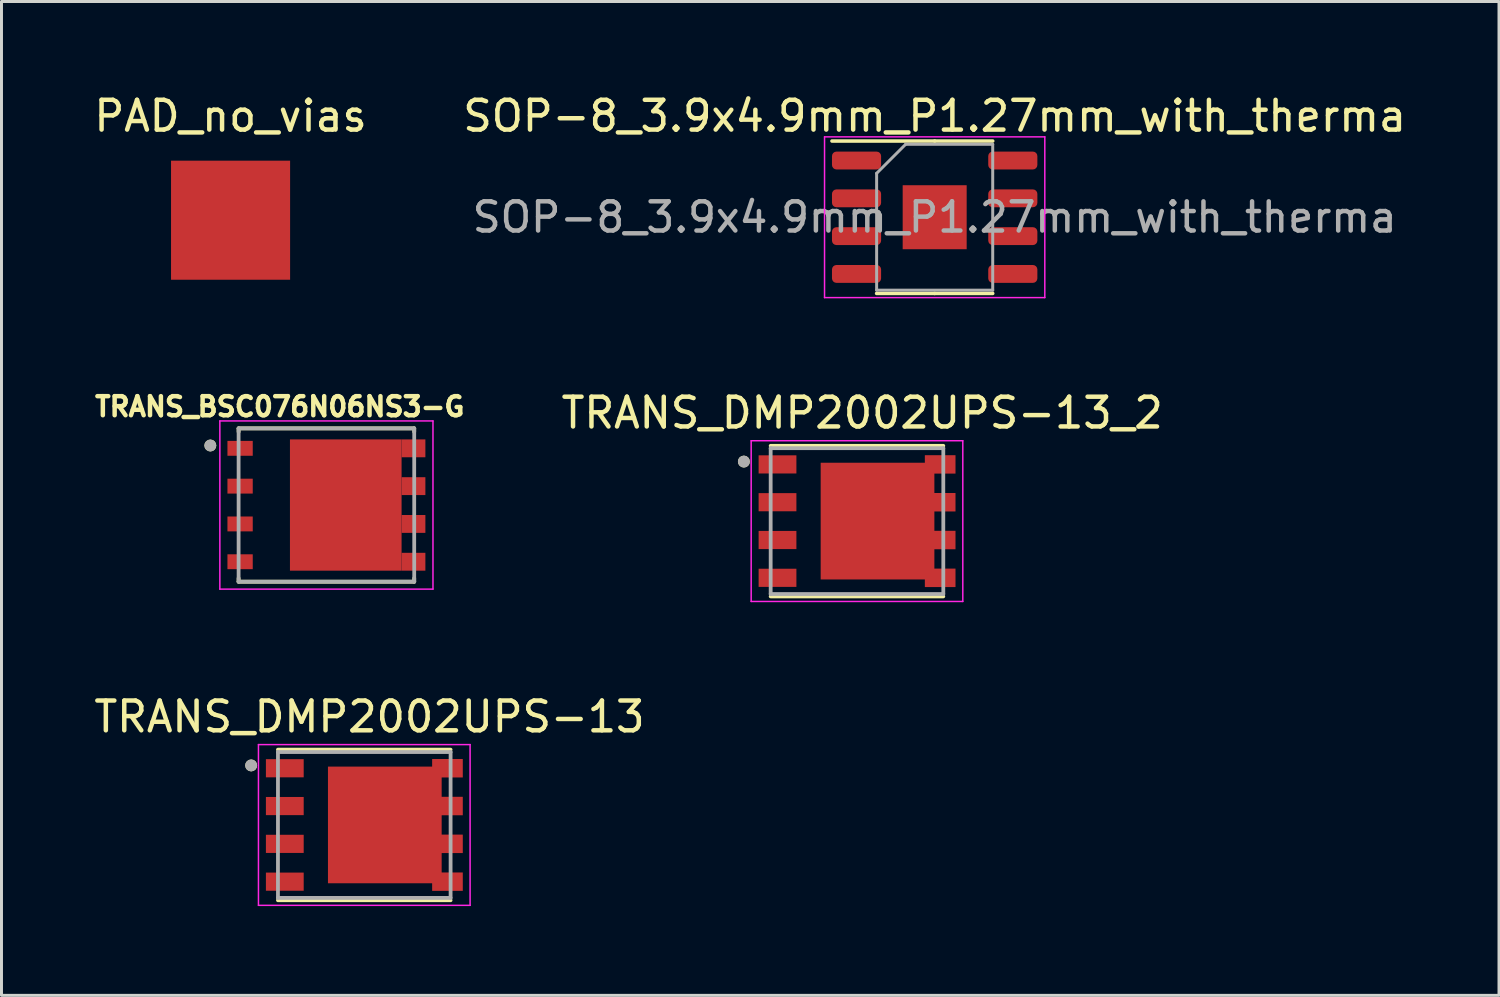
<source format=kicad_pcb>
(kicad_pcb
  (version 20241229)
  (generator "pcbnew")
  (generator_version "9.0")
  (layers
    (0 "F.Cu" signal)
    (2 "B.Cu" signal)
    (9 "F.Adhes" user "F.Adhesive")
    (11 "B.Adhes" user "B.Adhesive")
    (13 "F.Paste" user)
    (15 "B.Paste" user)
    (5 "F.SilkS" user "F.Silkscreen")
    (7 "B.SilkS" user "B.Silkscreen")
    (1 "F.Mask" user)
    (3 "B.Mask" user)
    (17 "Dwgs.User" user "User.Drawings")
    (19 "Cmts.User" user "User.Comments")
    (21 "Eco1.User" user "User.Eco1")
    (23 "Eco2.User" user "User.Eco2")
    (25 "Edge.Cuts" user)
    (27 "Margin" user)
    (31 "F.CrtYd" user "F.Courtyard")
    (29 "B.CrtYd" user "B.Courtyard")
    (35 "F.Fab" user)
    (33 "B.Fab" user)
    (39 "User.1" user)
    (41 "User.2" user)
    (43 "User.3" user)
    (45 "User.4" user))
  (footprint "TRANS_DMP2002UPS-13_2"
    (layer "F.Cu")
    (at 25.741 14.457)
    (property "Reference" "TRANS_DMP2002UPS-13_2" (at 0.175 -3.635 0) (layer "F.SilkS") (effects (font (size 1 1) (thickness 0.15))))
    (attr through_hole)
    (fp_poly (pts (xy -1.315 2.055) (xy -1.315 -2.055) (xy 2.185 -2.055) (xy 2.185 -2.31) (xy 3.405 -2.31) (xy 3.405 -1.5) (xy 2.695 -1.5) (xy 2.695 -1.04) (xy 3.405 -1.04) (xy 3.405 -0.23) (xy 2.695 -0.23) (xy 2.695 0.23) (xy 3.405 0.23) (xy 3.405 1.04) (xy 2.695 1.04) (xy 2.695 1.5) (xy 3.405 1.5) (xy 3.405 2.31) (xy 2.185 2.31) (xy 2.185 2.055)) (stroke (width 0.01) (type solid)) (fill yes) (layer "F.Mask"))
    (fp_line (start -2.9 2.53) (end 2.9 2.53) (stroke (width 0.127) (type solid)) (layer "F.SilkS"))
    (fp_line (start 2.9 -2.53) (end -2.9 -2.53) (stroke (width 0.127) (type solid)) (layer "F.SilkS"))
    (fp_circle (center -3.8 -2) (end -3.7 -2) (stroke (width 0.2) (type solid)) (fill no) (layer "F.SilkS"))
    (fp_poly (pts (xy -0.57 -1.235) (xy 1.64 -1.235) (xy 1.64 1.235) (xy -0.57 1.235)) (stroke (width 0.01) (type solid)) (fill yes) (layer "F.Paste"))
    (fp_poly (pts (xy 2.6 -2.21) (xy 3.305 -2.21) (xy 3.305 -1.6) (xy 2.6 -1.6)) (stroke (width 0.01) (type solid)) (fill yes) (layer "F.Paste"))
    (fp_poly (pts (xy 2.6 -0.94) (xy 3.305 -0.94) (xy 3.305 -0.33) (xy 2.6 -0.33)) (stroke (width 0.01) (type solid)) (fill yes) (layer "F.Paste"))
    (fp_poly (pts (xy 2.6 0.33) (xy 3.305 0.33) (xy 3.305 0.94) (xy 2.6 0.94)) (stroke (width 0.01) (type solid)) (fill yes) (layer "F.Paste"))
    (fp_poly (pts (xy 2.6 1.6) (xy 3.305 1.6) (xy 3.305 2.21) (xy 2.6 2.21)) (stroke (width 0.01) (type solid)) (fill yes) (layer "F.Paste"))
    (fp_line (start -3.555 -2.7) (end 3.555 -2.7) (stroke (width 0.05) (type solid)) (layer "F.CrtYd"))
    (fp_line (start -3.555 2.7) (end -3.555 -2.7) (stroke (width 0.05) (type solid)) (layer "F.CrtYd"))
    (fp_line (start 3.555 -2.7) (end 3.555 2.7) (stroke (width 0.05) (type solid)) (layer "F.CrtYd"))
    (fp_line (start 3.555 2.7) (end -3.555 2.7) (stroke (width 0.05) (type solid)) (layer "F.CrtYd"))
    (fp_line (start -2.9 -2.45) (end -2.9 2.45) (stroke (width 0.127) (type solid)) (layer "F.Fab"))
    (fp_line (start -2.9 2.45) (end 2.9 2.45) (stroke (width 0.127) (type solid)) (layer "F.Fab"))
    (fp_line (start 2.9 -2.45) (end -2.9 -2.45) (stroke (width 0.127) (type solid)) (layer "F.Fab"))
    (fp_line (start 2.9 2.45) (end 2.9 -2.45) (stroke (width 0.127) (type solid)) (layer "F.Fab"))
    (fp_circle (center -3.8 -2) (end -3.7 -2) (stroke (width 0.2) (type solid)) (fill no) (layer "F.Fab"))
    (pad "1" smd rect (at -2.67 -1.905) (size 1.27 0.61) (layers "F.Cu" "F.Mask" "F.Paste"))
    (pad "2" smd rect (at -2.67 -0.635) (size 1.27 0.61) (layers "F.Cu" "F.Mask" "F.Paste"))
    (pad "3" smd rect (at -2.67 0.635) (size 1.27 0.61) (layers "F.Cu" "F.Mask" "F.Paste"))
    (pad "3" smd custom (at 0.535 0) (size 0.5 0.5) (layers "F.Cu") (options (anchor rect)) (primitives (gr_poly (pts (xy -1.75 1.955) (xy -1.75 -1.955) (xy 1.75 -1.955) (xy 1.75 -2.21) (xy 2.77 -2.21) (xy 2.77 -1.6) (xy 2.06 -1.6) (xy 2.06 -0.94) (xy 2.77 -0.94) (xy 2.77 -0.33) (xy 2.06 -0.33) (xy 2.06 0.33) (xy 2.77 0.33) (xy 2.77 0.94) (xy 2.06 0.94) (xy 2.06 1.6) (xy 2.77 1.6) (xy 2.77 2.21) (xy 1.75 2.21) (xy 1.75 1.955)) (width 0.01) (fill yes))))
    (pad "4" smd rect (at -2.67 1.905) (size 1.27 0.61) (layers "F.Cu" "F.Mask" "F.Paste")))
  (footprint "PAD_no_vias"
    (layer "F.Cu")
    (at 4.696 1.348)
    (property "Reference" "PAD_no_vias" (at 0 -0.5 0) (unlocked yes) (layer "F.SilkS") (effects (font (size 1 1) (thickness 0.15))))
    (attr smd)
    (pad "1" smd rect (at 0 3) (size 4 4) (layers "F.Cu" "F.Mask")))
  (footprint "SOP-8_3.9x4.9mm_P1.27mm_with_therma"
    (layer "F.Cu")
    (at 28.351 4.248)
    (property "Reference" "SOP-8_3.9x4.9mm_P1.27mm_with_therma" (at 0 -3.4 0) (layer "F.SilkS") (effects (font (size 1 1) (thickness 0.15))))
    (attr smd)
    (fp_line (start 0 -2.56) (end -3.45 -2.56) (stroke (width 0.12) (type solid)) (layer "F.SilkS"))
    (fp_line (start 0 -2.56) (end 1.95 -2.56) (stroke (width 0.12) (type solid)) (layer "F.SilkS"))
    (fp_line (start 0 2.56) (end -1.95 2.56) (stroke (width 0.12) (type solid)) (layer "F.SilkS"))
    (fp_line (start 0 2.56) (end 1.95 2.56) (stroke (width 0.12) (type solid)) (layer "F.SilkS"))
    (fp_line (start -3.7 -2.7) (end -3.7 2.7) (stroke (width 0.05) (type solid)) (layer "F.CrtYd"))
    (fp_line (start -3.7 2.7) (end 3.7 2.7) (stroke (width 0.05) (type solid)) (layer "F.CrtYd"))
    (fp_line (start 3.7 -2.7) (end -3.7 -2.7) (stroke (width 0.05) (type solid)) (layer "F.CrtYd"))
    (fp_line (start 3.7 2.7) (end 3.7 -2.7) (stroke (width 0.05) (type solid)) (layer "F.CrtYd"))
    (fp_line (start -1.95 -1.475) (end -0.975 -2.45) (stroke (width 0.1) (type solid)) (layer "F.Fab"))
    (fp_line (start -1.95 2.45) (end -1.95 -1.475) (stroke (width 0.1) (type solid)) (layer "F.Fab"))
    (fp_line (start -0.975 -2.45) (end 1.95 -2.45) (stroke (width 0.1) (type solid)) (layer "F.Fab"))
    (fp_line (start 1.95 -2.45) (end 1.95 2.45) (stroke (width 0.1) (type solid)) (layer "F.Fab"))
    (fp_line (start 1.95 2.45) (end -1.95 2.45) (stroke (width 0.1) (type solid)) (layer "F.Fab"))
    (fp_text user "${REFERENCE}" (at 0 0 0) (layer "F.Fab") (effects (font (size 0.98 0.98) (thickness 0.15))))
    (pad "1" smd roundrect (at -2.625 -1.905) (size 1.65 0.6) (layers "F.Cu" "F.Mask" "F.Paste") (roundrect_rratio 0.25))
    (pad "2" smd roundrect (at -2.625 -0.635) (size 1.65 0.6) (layers "F.Cu" "F.Mask" "F.Paste") (roundrect_rratio 0.25))
    (pad "3" smd roundrect (at -2.625 0.635) (size 1.65 0.6) (layers "F.Cu" "F.Mask" "F.Paste") (roundrect_rratio 0.25))
    (pad "4" smd roundrect (at -2.625 1.905) (size 1.65 0.6) (layers "F.Cu" "F.Mask" "F.Paste") (roundrect_rratio 0.25))
    (pad "5" smd roundrect (at 2.625 1.905) (size 1.65 0.6) (layers "F.Cu" "F.Mask" "F.Paste") (roundrect_rratio 0.25))
    (pad "6" smd roundrect (at 2.625 0.635) (size 1.65 0.6) (layers "F.Cu" "F.Mask" "F.Paste") (roundrect_rratio 0.25))
    (pad "7" smd roundrect (at 2.625 -0.635) (size 1.65 0.6) (layers "F.Cu" "F.Mask" "F.Paste") (roundrect_rratio 0.25))
    (pad "8" smd roundrect (at 2.625 -1.905) (size 1.65 0.6) (layers "F.Cu" "F.Mask" "F.Paste") (roundrect_rratio 0.25))
    (pad "9" smd rect (at 0 0) (size 2.15 2.15) (layers "F.Cu" "F.Mask" "F.Paste")))
  (footprint "TRANS_DMP2002UPS-13"
    (layer "F.Cu")
    (at 9.188 24.665)
    (property "Reference" "TRANS_DMP2002UPS-13" (at 0.175 -3.635 0) (layer "F.SilkS") (effects (font (size 1 1) (thickness 0.15))))
    (attr through_hole)
    (fp_poly (pts (xy -1.315 2.055) (xy -1.315 -2.055) (xy 2.185 -2.055) (xy 2.185 -2.31) (xy 3.405 -2.31) (xy 3.405 -1.5) (xy 2.695 -1.5) (xy 2.695 -1.04) (xy 3.405 -1.04) (xy 3.405 -0.23) (xy 2.695 -0.23) (xy 2.695 0.23) (xy 3.405 0.23) (xy 3.405 1.04) (xy 2.695 1.04) (xy 2.695 1.5) (xy 3.405 1.5) (xy 3.405 2.31) (xy 2.185 2.31) (xy 2.185 2.055)) (stroke (width 0.01) (type solid)) (fill yes) (layer "F.Mask"))
    (fp_line (start -2.9 2.53) (end 2.9 2.53) (stroke (width 0.127) (type solid)) (layer "F.SilkS"))
    (fp_line (start 2.9 -2.53) (end -2.9 -2.53) (stroke (width 0.127) (type solid)) (layer "F.SilkS"))
    (fp_circle (center -3.8 -2) (end -3.7 -2) (stroke (width 0.2) (type solid)) (fill no) (layer "F.SilkS"))
    (fp_poly (pts (xy -0.57 -1.235) (xy 1.64 -1.235) (xy 1.64 1.235) (xy -0.57 1.235)) (stroke (width 0.01) (type solid)) (fill yes) (layer "F.Paste"))
    (fp_poly (pts (xy 2.6 -2.21) (xy 3.305 -2.21) (xy 3.305 -1.6) (xy 2.6 -1.6)) (stroke (width 0.01) (type solid)) (fill yes) (layer "F.Paste"))
    (fp_poly (pts (xy 2.6 -0.94) (xy 3.305 -0.94) (xy 3.305 -0.33) (xy 2.6 -0.33)) (stroke (width 0.01) (type solid)) (fill yes) (layer "F.Paste"))
    (fp_poly (pts (xy 2.6 0.33) (xy 3.305 0.33) (xy 3.305 0.94) (xy 2.6 0.94)) (stroke (width 0.01) (type solid)) (fill yes) (layer "F.Paste"))
    (fp_poly (pts (xy 2.6 1.6) (xy 3.305 1.6) (xy 3.305 2.21) (xy 2.6 2.21)) (stroke (width 0.01) (type solid)) (fill yes) (layer "F.Paste"))
    (fp_line (start -3.555 -2.7) (end 3.555 -2.7) (stroke (width 0.05) (type solid)) (layer "F.CrtYd"))
    (fp_line (start -3.555 2.7) (end -3.555 -2.7) (stroke (width 0.05) (type solid)) (layer "F.CrtYd"))
    (fp_line (start 3.555 -2.7) (end 3.555 2.7) (stroke (width 0.05) (type solid)) (layer "F.CrtYd"))
    (fp_line (start 3.555 2.7) (end -3.555 2.7) (stroke (width 0.05) (type solid)) (layer "F.CrtYd"))
    (fp_line (start -2.9 -2.45) (end -2.9 2.45) (stroke (width 0.127) (type solid)) (layer "F.Fab"))
    (fp_line (start -2.9 2.45) (end 2.9 2.45) (stroke (width 0.127) (type solid)) (layer "F.Fab"))
    (fp_line (start 2.9 -2.45) (end -2.9 -2.45) (stroke (width 0.127) (type solid)) (layer "F.Fab"))
    (fp_line (start 2.9 2.45) (end 2.9 -2.45) (stroke (width 0.127) (type solid)) (layer "F.Fab"))
    (fp_circle (center -3.8 -2) (end -3.7 -2) (stroke (width 0.2) (type solid)) (fill no) (layer "F.Fab"))
    (pad "1" smd rect (at -2.67 -1.905) (size 1.27 0.61) (layers "F.Cu" "F.Mask" "F.Paste"))
    (pad "2" smd rect (at -2.67 -0.635) (size 1.27 0.61) (layers "F.Cu" "F.Mask" "F.Paste"))
    (pad "3" smd rect (at -2.67 0.635) (size 1.27 0.61) (layers "F.Cu" "F.Mask" "F.Paste"))
    (pad "4" smd rect (at -2.67 1.905) (size 1.27 0.61) (layers "F.Cu" "F.Mask" "F.Paste"))
    (pad "5_8" smd custom (at 0.535 0) (size 0.5 0.5) (layers "F.Cu") (options (anchor rect)) (primitives (gr_poly (pts (xy -1.75 1.955) (xy -1.75 -1.955) (xy 1.75 -1.955) (xy 1.75 -2.21) (xy 2.77 -2.21) (xy 2.77 -1.6) (xy 2.06 -1.6) (xy 2.06 -0.94) (xy 2.77 -0.94) (xy 2.77 -0.33) (xy 2.06 -0.33) (xy 2.06 0.33) (xy 2.77 0.33) (xy 2.77 0.94) (xy 2.06 0.94) (xy 2.06 1.6) (xy 2.77 1.6) (xy 2.77 2.21) (xy 1.75 2.21) (xy 1.75 1.955)) (width 0.01) (fill yes)))))
  (footprint "TRANS_BSC076N06NS3-G"
    (layer "F.Cu")
    (at 7.916 13.917)
    (property "Reference" "TRANS_BSC076N06NS3-G" (at -1.568 -3.306 0) (layer "F.SilkS") (effects (font (size 0.64 0.64) (thickness 0.15))))
    (attr through_hole)
    (fp_line (start -2.95 -2.575) (end -2.95 -2.46) (stroke (width 0.127) (type solid)) (layer "F.SilkS"))
    (fp_line (start -2.95 2.46) (end -2.95 2.575) (stroke (width 0.127) (type solid)) (layer "F.SilkS"))
    (fp_line (start -2.95 2.575) (end 2.95 2.575) (stroke (width 0.127) (type solid)) (layer "F.SilkS"))
    (fp_line (start 2.95 -2.575) (end -2.95 -2.575) (stroke (width 0.127) (type solid)) (layer "F.SilkS"))
    (fp_line (start 2.95 -2.46) (end 2.95 -2.575) (stroke (width 0.127) (type solid)) (layer "F.SilkS"))
    (fp_line (start 2.95 2.575) (end 2.95 2.46) (stroke (width 0.127) (type solid)) (layer "F.SilkS"))
    (fp_circle (center -3.9 -2) (end -3.8 -2) (stroke (width 0.2) (type solid)) (fill no) (layer "F.SilkS"))
    (fp_line (start -3.58 -2.825) (end 3.58 -2.825) (stroke (width 0.05) (type solid)) (layer "F.CrtYd"))
    (fp_line (start -3.58 2.825) (end -3.58 -2.825) (stroke (width 0.05) (type solid)) (layer "F.CrtYd"))
    (fp_line (start 3.58 -2.825) (end 3.58 2.825) (stroke (width 0.05) (type solid)) (layer "F.CrtYd"))
    (fp_line (start 3.58 2.825) (end -3.58 2.825) (stroke (width 0.05) (type solid)) (layer "F.CrtYd"))
    (fp_line (start -2.95 -2.575) (end 2.95 -2.575) (stroke (width 0.127) (type solid)) (layer "F.Fab"))
    (fp_line (start -2.95 2.575) (end -2.95 -2.575) (stroke (width 0.127) (type solid)) (layer "F.Fab"))
    (fp_line (start 2.95 -2.575) (end 2.95 2.575) (stroke (width 0.127) (type solid)) (layer "F.Fab"))
    (fp_line (start 2.95 2.575) (end -2.95 2.575) (stroke (width 0.127) (type solid)) (layer "F.Fab"))
    (fp_circle (center -3.9 -2) (end -3.8 -2) (stroke (width 0.2) (type solid)) (fill no) (layer "F.Fab"))
    (pad "1" smd rect (at -2.9 -1.905) (size 0.85 0.5) (layers "F.Cu" "F.Mask"))
    (pad "1" smd rect (at -2.9 -0.635) (size 0.85 0.5) (layers "F.Cu" "F.Mask"))
    (pad "1" smd rect (at -2.9 0.635) (size 0.85 0.5) (layers "F.Cu" "F.Mask"))
    (pad "2" smd rect (at 0.65 0) (size 3.75 4.41) (layers "F.Cu" "F.Mask"))
    (pad "2" smd rect (at 2.925 -1.905) (size 0.8 0.6) (layers "F.Cu" "F.Mask"))
    (pad "2" smd rect (at 2.925 -0.635) (size 0.8 0.6) (layers "F.Cu" "F.Mask"))
    (pad "2" smd rect (at 2.925 0.635) (size 0.8 0.6) (layers "F.Cu" "F.Mask"))
    (pad "2" smd rect (at 2.925 1.905) (size 0.8 0.6) (layers "F.Cu" "F.Mask"))
    (pad "3" smd rect (at -2.9 1.905) (size 0.85 0.5) (layers "F.Cu" "F.Mask")))
  (gr_rect
    (start -3 -3)
    (end 47.31 30.39)
    (stroke (width 0.1) (type default))
    (fill no)
    (layer "Edge.Cuts")))
</source>
